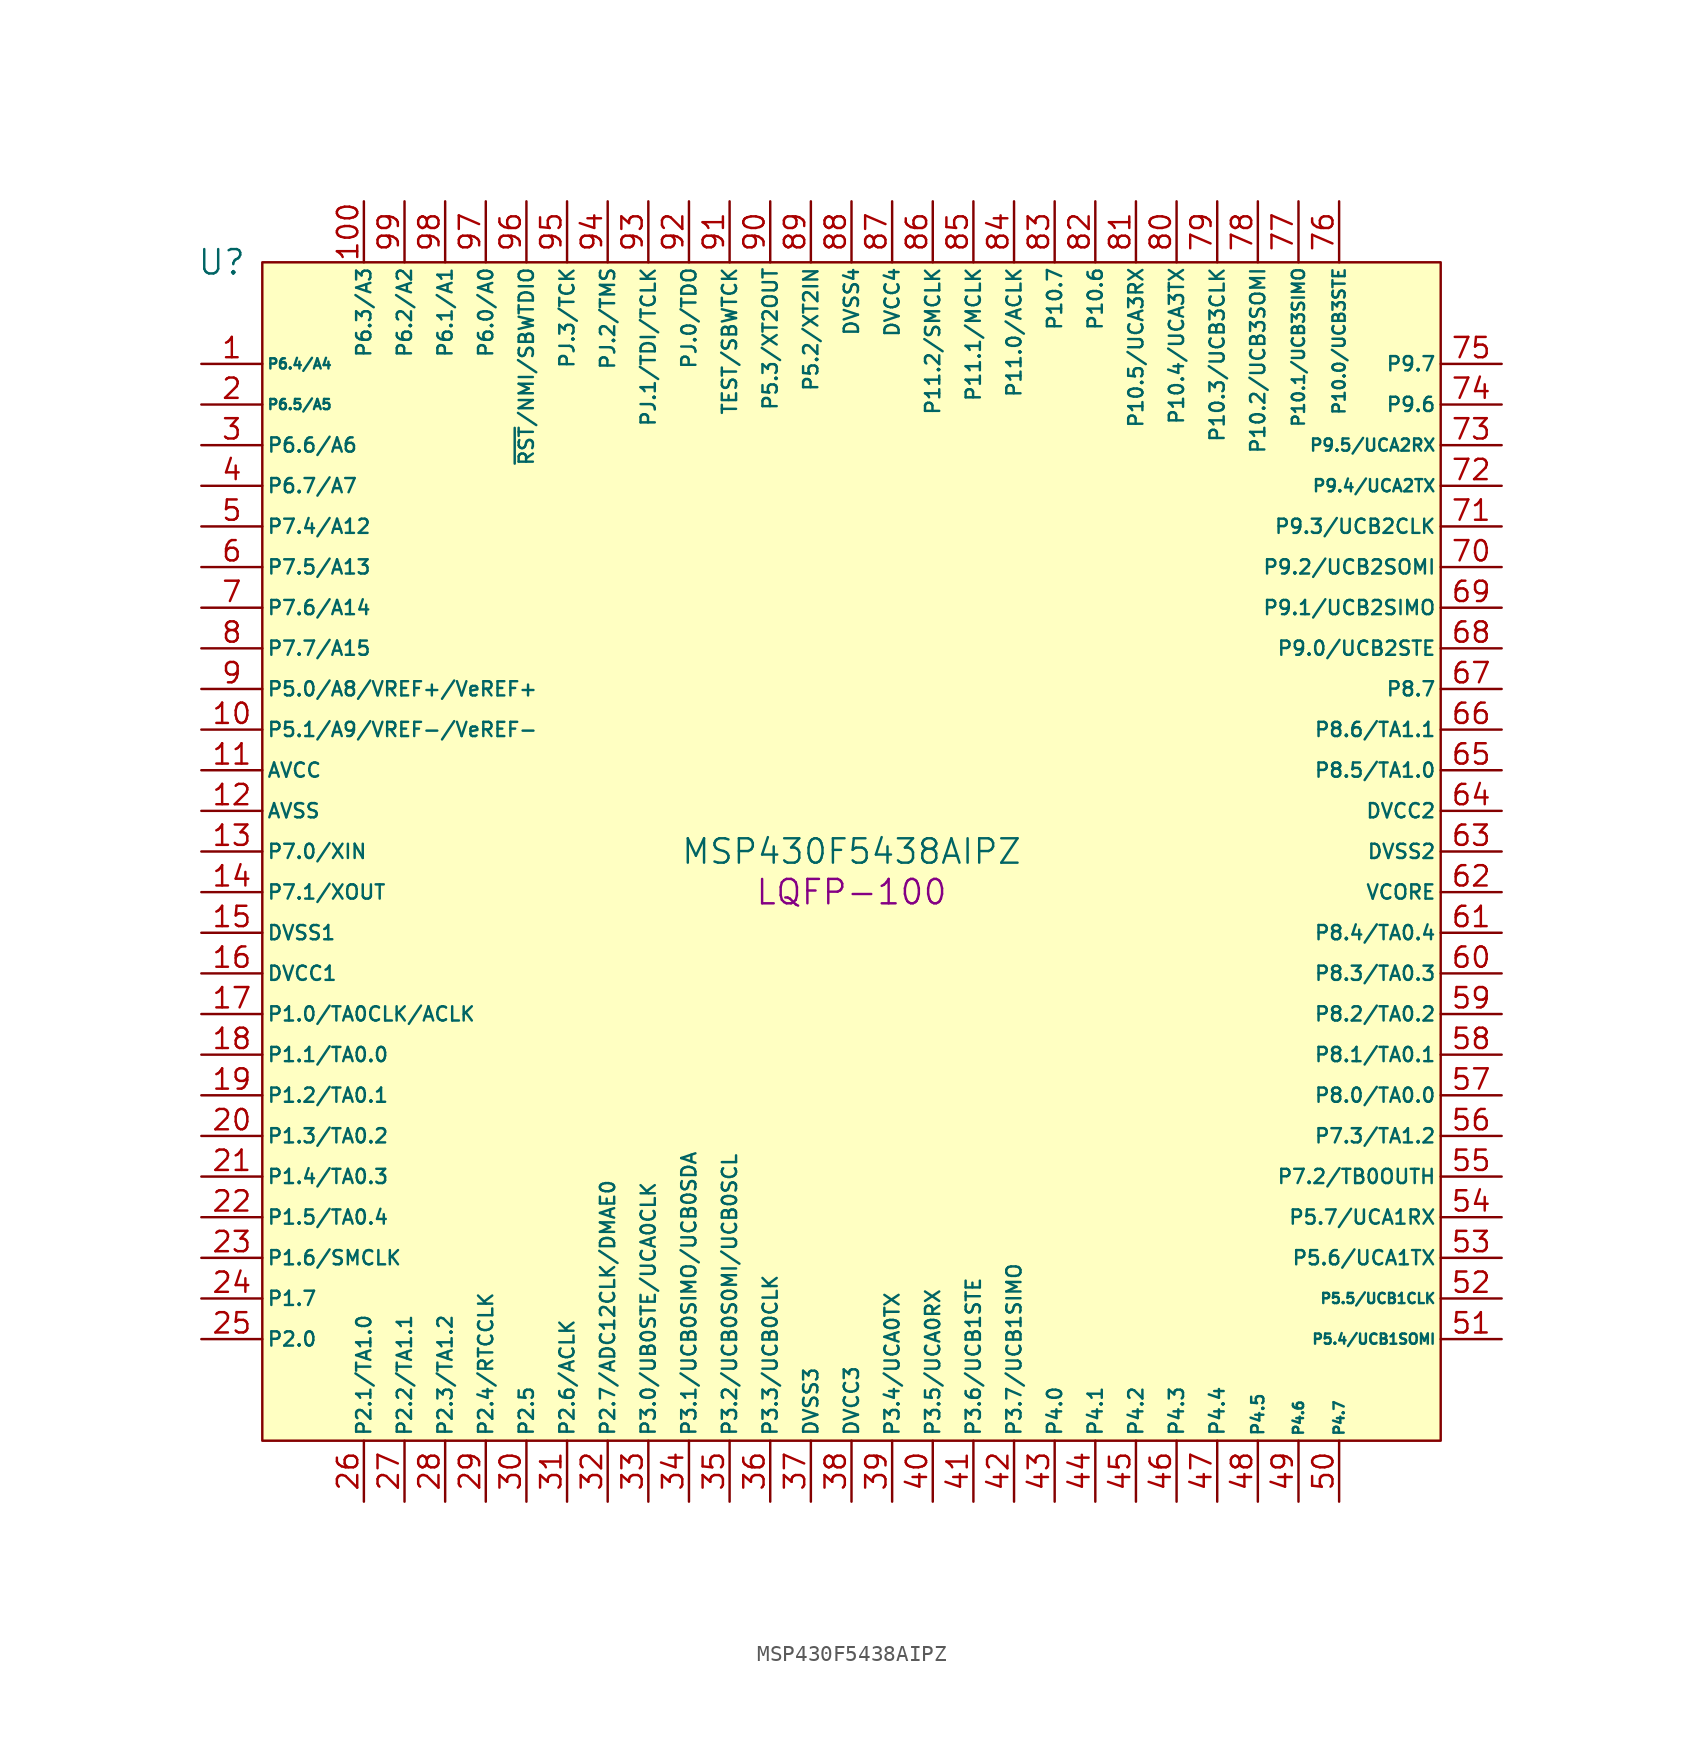
<source format=kicad_sym>
(kicad_symbol_lib
  (version 20220914)
  (generator kicad_symbol_editor)
  (symbol "MSP430F5438AIPZ"
    (pin_names
      (offset 0.254))
    (property "Reference" "U"
      (at -39.37 36.83 0)
      (effects (font (size 1.524 1.524))))
    (property "Value" "MSP430F5438AIPZ"
      (at 0 0 0)
      (effects (font (size 1.524 1.524))))
    (property "Footprint" "LQFP-100"
      (at 0 -2.54 0)
      (effects (font (size 1.524 1.524))))
    (property "Datasheet" ""
      (at 0 0 0)
      (effects (font (size 1.524 1.524))))
    (symbol "MSP430F5438AIPZ_0_1"
      (rectangle (start -36.83 -36.83) (end 36.83 36.83) (stroke (width 0) (type default)) (fill (type background))))
    (symbol "MSP430F5438AIPZ_1_1"
      (pin input line (at -40.64 30.48 0) (length 3.81) (name "P6.4/A4" (effects (font (size 0.635 0.635)))) (number "1" (effects (font (size 1.27 1.27)))))
      (pin input line (at -40.64 7.62 0) (length 3.81) (name "P5.1/A9/VREF-/VeREF-" (effects (font (size 0.889 0.889)))) (number "10" (effects (font (size 1.27 1.27)))))
      (pin input line (at -30.48 40.64 270) (length 3.81) (name "P6.3/A3" (effects (font (size 0.889 0.889)))) (number "100" (effects (font (size 1.27 1.27)))))
      (pin input line (at -40.64 5.08 0) (length 3.81) (name "AVCC" (effects (font (size 0.889 0.889)))) (number "11" (effects (font (size 1.27 1.27)))))
      (pin input line (at -40.64 2.54 0) (length 3.81) (name "AVSS" (effects (font (size 0.889 0.889)))) (number "12" (effects (font (size 1.27 1.27)))))
      (pin input line (at -40.64 0 0) (length 3.81) (name "P7.0/XIN" (effects (font (size 0.889 0.889)))) (number "13" (effects (font (size 1.27 1.27)))))
      (pin input line (at -40.64 -2.54 0) (length 3.81) (name "P7.1/XOUT" (effects (font (size 0.889 0.889)))) (number "14" (effects (font (size 1.27 1.27)))))
      (pin input line (at -40.64 -5.08 0) (length 3.81) (name "DVSS1" (effects (font (size 0.889 0.889)))) (number "15" (effects (font (size 1.27 1.27)))))
      (pin input line (at -40.64 -7.62 0) (length 3.81) (name "DVCC1" (effects (font (size 0.889 0.889)))) (number "16" (effects (font (size 1.27 1.27)))))
      (pin input line (at -40.64 -10.16 0) (length 3.81) (name "P1.0/TA0CLK/ACLK" (effects (font (size 0.889 0.889)))) (number "17" (effects (font (size 1.27 1.27)))))
      (pin input line (at -40.64 -12.7 0) (length 3.81) (name "P1.1/TA0.0" (effects (font (size 0.889 0.889)))) (number "18" (effects (font (size 1.27 1.27)))))
      (pin input line (at -40.64 -15.24 0) (length 3.81) (name "P1.2/TA0.1" (effects (font (size 0.889 0.889)))) (number "19" (effects (font (size 1.27 1.27)))))
      (pin input line (at -40.64 27.94 0) (length 3.81) (name "P6.5/A5" (effects (font (size 0.635 0.635)))) (number "2" (effects (font (size 1.27 1.27)))))
      (pin input line (at -40.64 -17.78 0) (length 3.81) (name "P1.3/TA0.2" (effects (font (size 0.889 0.889)))) (number "20" (effects (font (size 1.27 1.27)))))
      (pin input line (at -40.64 -20.32 0) (length 3.81) (name "P1.4/TA0.3" (effects (font (size 0.889 0.889)))) (number "21" (effects (font (size 1.27 1.27)))))
      (pin input line (at -40.64 -22.86 0) (length 3.81) (name "P1.5/TA0.4" (effects (font (size 0.889 0.889)))) (number "22" (effects (font (size 1.27 1.27)))))
      (pin input line (at -40.64 -25.4 0) (length 3.81) (name "P1.6/SMCLK" (effects (font (size 0.889 0.889)))) (number "23" (effects (font (size 1.27 1.27)))))
      (pin input line (at -40.64 -27.94 0) (length 3.81) (name "P1.7" (effects (font (size 0.889 0.889)))) (number "24" (effects (font (size 1.27 1.27)))))
      (pin input line (at -40.64 -30.48 0) (length 3.81) (name "P2.0" (effects (font (size 0.889 0.889)))) (number "25" (effects (font (size 1.27 1.27)))))
      (pin input line (at -30.48 -40.64 90) (length 3.81) (name "P2.1/TA1.0" (effects (font (size 0.889 0.889)))) (number "26" (effects (font (size 1.27 1.27)))))
      (pin input line (at -27.94 -40.64 90) (length 3.81) (name "P2.2/TA1.1" (effects (font (size 0.889 0.889)))) (number "27" (effects (font (size 1.27 1.27)))))
      (pin input line (at -25.4 -40.64 90) (length 3.81) (name "P2.3/TA1.2" (effects (font (size 0.889 0.889)))) (number "28" (effects (font (size 1.27 1.27)))))
      (pin input line (at -22.86 -40.64 90) (length 3.81) (name "P2.4/RTCCLK" (effects (font (size 0.889 0.889)))) (number "29" (effects (font (size 1.27 1.27)))))
      (pin input line (at -40.64 25.4 0) (length 3.81) (name "P6.6/A6" (effects (font (size 0.889 0.889)))) (number "3" (effects (font (size 1.27 1.27)))))
      (pin input line (at -20.32 -40.64 90) (length 3.81) (name "P2.5" (effects (font (size 0.889 0.889)))) (number "30" (effects (font (size 1.27 1.27)))))
      (pin input line (at -17.78 -40.64 90) (length 3.81) (name "P2.6/ACLK" (effects (font (size 0.889 0.889)))) (number "31" (effects (font (size 1.27 1.27)))))
      (pin input line (at -15.24 -40.64 90) (length 3.81) (name "P2.7/ADC12CLK/DMAE0" (effects (font (size 0.889 0.889)))) (number "32" (effects (font (size 1.27 1.27)))))
      (pin input line (at -12.7 -40.64 90) (length 3.81) (name "P3.0/UB0STE/UCA0CLK" (effects (font (size 0.889 0.889)))) (number "33" (effects (font (size 1.27 1.27)))))
      (pin input line (at -10.16 -40.64 90) (length 3.81) (name "P3.1/UCB0SIMO/UCB0SDA" (effects (font (size 0.889 0.889)))) (number "34" (effects (font (size 1.27 1.27)))))
      (pin input line (at -7.62 -40.64 90) (length 3.81) (name "P3.2/UCB0S0MI/UCB0SCL" (effects (font (size 0.889 0.889)))) (number "35" (effects (font (size 1.27 1.27)))))
      (pin input line (at -5.08 -40.64 90) (length 3.81) (name "P3.3/UCB0CLK" (effects (font (size 0.889 0.889)))) (number "36" (effects (font (size 1.27 1.27)))))
      (pin input line (at -2.54 -40.64 90) (length 3.81) (name "DVSS3" (effects (font (size 0.889 0.889)))) (number "37" (effects (font (size 1.27 1.27)))))
      (pin input line (at 0 -40.64 90) (length 3.81) (name "DVCC3" (effects (font (size 0.889 0.889)))) (number "38" (effects (font (size 1.27 1.27)))))
      (pin input line (at 2.54 -40.64 90) (length 3.81) (name "P3.4/UCA0TX" (effects (font (size 0.889 0.889)))) (number "39" (effects (font (size 1.27 1.27)))))
      (pin input line (at -40.64 22.86 0) (length 3.81) (name "P6.7/A7" (effects (font (size 0.889 0.889)))) (number "4" (effects (font (size 1.27 1.27)))))
      (pin input line (at 5.08 -40.64 90) (length 3.81) (name "P3.5/UCA0RX" (effects (font (size 0.889 0.889)))) (number "40" (effects (font (size 1.27 1.27)))))
      (pin input line (at 7.62 -40.64 90) (length 3.81) (name "P3.6/UCB1STE" (effects (font (size 0.889 0.889)))) (number "41" (effects (font (size 1.27 1.27)))))
      (pin input line (at 10.16 -40.64 90) (length 3.81) (name "P3.7/UCB1SIMO" (effects (font (size 0.889 0.889)))) (number "42" (effects (font (size 1.27 1.27)))))
      (pin input line (at 12.7 -40.64 90) (length 3.81) (name "P4.0" (effects (font (size 0.889 0.889)))) (number "43" (effects (font (size 1.27 1.27)))))
      (pin input line (at 15.24 -40.64 90) (length 3.81) (name "P4.1" (effects (font (size 0.889 0.889)))) (number "44" (effects (font (size 1.27 1.27)))))
      (pin input line (at 17.78 -40.64 90) (length 3.81) (name "P4.2" (effects (font (size 0.889 0.889)))) (number "45" (effects (font (size 1.27 1.27)))))
      (pin input line (at 20.32 -40.64 90) (length 3.81) (name "P4.3" (effects (font (size 0.889 0.889)))) (number "46" (effects (font (size 1.27 1.27)))))
      (pin input line (at 22.86 -40.64 90) (length 3.81) (name "P4.4" (effects (font (size 0.889 0.889)))) (number "47" (effects (font (size 1.27 1.27)))))
      (pin input line (at 25.4 -40.64 90) (length 3.81) (name "P4.5" (effects (font (size 0.762 0.762)))) (number "48" (effects (font (size 1.27 1.27)))))
      (pin input line (at 27.94 -40.64 90) (length 3.81) (name "P4.6" (effects (font (size 0.635 0.635)))) (number "49" (effects (font (size 1.27 1.27)))))
      (pin input line (at -40.64 20.32 0) (length 3.81) (name "P7.4/A12" (effects (font (size 0.889 0.889)))) (number "5" (effects (font (size 1.27 1.27)))))
      (pin input line (at 30.48 -40.64 90) (length 3.81) (name "P4.7" (effects (font (size 0.635 0.635)))) (number "50" (effects (font (size 1.27 1.27)))))
      (pin input line (at 40.64 -30.48 180) (length 3.81) (name "P5.4/UCB1SOMI" (effects (font (size 0.635 0.635)))) (number "51" (effects (font (size 1.27 1.27)))))
      (pin input line (at 40.64 -27.94 180) (length 3.81) (name "P5.5/UCB1CLK" (effects (font (size 0.635 0.635)))) (number "52" (effects (font (size 1.27 1.27)))))
      (pin input line (at 40.64 -25.4 180) (length 3.81) (name "P5.6/UCA1TX" (effects (font (size 0.889 0.889)))) (number "53" (effects (font (size 1.27 1.27)))))
      (pin input line (at 40.64 -22.86 180) (length 3.81) (name "P5.7/UCA1RX" (effects (font (size 0.889 0.889)))) (number "54" (effects (font (size 1.27 1.27)))))
      (pin input line (at 40.64 -20.32 180) (length 3.81) (name "P7.2/TB0OUTH" (effects (font (size 0.889 0.889)))) (number "55" (effects (font (size 1.27 1.27)))))
      (pin input line (at 40.64 -17.78 180) (length 3.81) (name "P7.3/TA1.2" (effects (font (size 0.889 0.889)))) (number "56" (effects (font (size 1.27 1.27)))))
      (pin input line (at 40.64 -15.24 180) (length 3.81) (name "P8.0/TA0.0" (effects (font (size 0.889 0.889)))) (number "57" (effects (font (size 1.27 1.27)))))
      (pin input line (at 40.64 -12.7 180) (length 3.81) (name "P8.1/TA0.1" (effects (font (size 0.889 0.889)))) (number "58" (effects (font (size 1.27 1.27)))))
      (pin input line (at 40.64 -10.16 180) (length 3.81) (name "P8.2/TA0.2" (effects (font (size 0.889 0.889)))) (number "59" (effects (font (size 1.27 1.27)))))
      (pin input line (at -40.64 17.78 0) (length 3.81) (name "P7.5/A13" (effects (font (size 0.889 0.889)))) (number "6" (effects (font (size 1.27 1.27)))))
      (pin input line (at 40.64 -7.62 180) (length 3.81) (name "P8.3/TA0.3" (effects (font (size 0.889 0.889)))) (number "60" (effects (font (size 1.27 1.27)))))
      (pin input line (at 40.64 -5.08 180) (length 3.81) (name "P8.4/TA0.4" (effects (font (size 0.889 0.889)))) (number "61" (effects (font (size 1.27 1.27)))))
      (pin input line (at 40.64 -2.54 180) (length 3.81) (name "VCORE" (effects (font (size 0.889 0.889)))) (number "62" (effects (font (size 1.27 1.27)))))
      (pin input line (at 40.64 0 180) (length 3.81) (name "DVSS2" (effects (font (size 0.889 0.889)))) (number "63" (effects (font (size 1.27 1.27)))))
      (pin input line (at 40.64 2.54 180) (length 3.81) (name "DVCC2" (effects (font (size 0.889 0.889)))) (number "64" (effects (font (size 1.27 1.27)))))
      (pin input line (at 40.64 5.08 180) (length 3.81) (name "P8.5/TA1.0" (effects (font (size 0.889 0.889)))) (number "65" (effects (font (size 1.27 1.27)))))
      (pin input line (at 40.64 7.62 180) (length 3.81) (name "P8.6/TA1.1" (effects (font (size 0.889 0.889)))) (number "66" (effects (font (size 1.27 1.27)))))
      (pin input line (at 40.64 10.16 180) (length 3.81) (name "P8.7" (effects (font (size 0.889 0.889)))) (number "67" (effects (font (size 1.27 1.27)))))
      (pin input line (at 40.64 12.7 180) (length 3.81) (name "P9.0/UCB2STE" (effects (font (size 0.889 0.889)))) (number "68" (effects (font (size 1.27 1.27)))))
      (pin input line (at 40.64 15.24 180) (length 3.81) (name "P9.1/UCB2SIMO" (effects (font (size 0.889 0.889)))) (number "69" (effects (font (size 1.27 1.27)))))
      (pin input line (at -40.64 15.24 0) (length 3.81) (name "P7.6/A14" (effects (font (size 0.889 0.889)))) (number "7" (effects (font (size 1.27 1.27)))))
      (pin input line (at 40.64 17.78 180) (length 3.81) (name "P9.2/UCB2SOMI" (effects (font (size 0.889 0.889)))) (number "70" (effects (font (size 1.27 1.27)))))
      (pin input line (at 40.64 20.32 180) (length 3.81) (name "P9.3/UCB2CLK" (effects (font (size 0.889 0.889)))) (number "71" (effects (font (size 1.27 1.27)))))
      (pin input line (at 40.64 22.86 180) (length 3.81) (name "P9.4/UCA2TX" (effects (font (size 0.762 0.762)))) (number "72" (effects (font (size 1.27 1.27)))))
      (pin input line (at 40.64 25.4 180) (length 3.81) (name "P9.5/UCA2RX" (effects (font (size 0.762 0.762)))) (number "73" (effects (font (size 1.27 1.27)))))
      (pin input line (at 40.64 27.94 180) (length 3.81) (name "P9.6" (effects (font (size 0.889 0.889)))) (number "74" (effects (font (size 1.27 1.27)))))
      (pin input line (at 40.64 30.48 180) (length 3.81) (name "P9.7" (effects (font (size 0.889 0.889)))) (number "75" (effects (font (size 1.27 1.27)))))
      (pin input line (at 30.48 40.64 270) (length 3.81) (name "P10.0/UCB3STE" (effects (font (size 0.762 0.762)))) (number "76" (effects (font (size 1.27 1.27)))))
      (pin input line (at 27.94 40.64 270) (length 3.81) (name "P10.1/UCB3SIMO" (effects (font (size 0.762 0.762)))) (number "77" (effects (font (size 1.27 1.27)))))
      (pin input line (at 25.4 40.64 270) (length 3.81) (name "P10.2/UCB3SOMI" (effects (font (size 0.889 0.889)))) (number "78" (effects (font (size 1.27 1.27)))))
      (pin input line (at 22.86 40.64 270) (length 3.81) (name "P10.3/UCB3CLK" (effects (font (size 0.889 0.889)))) (number "79" (effects (font (size 1.27 1.27)))))
      (pin input line (at -40.64 12.7 0) (length 3.81) (name "P7.7/A15" (effects (font (size 0.889 0.889)))) (number "8" (effects (font (size 1.27 1.27)))))
      (pin input line (at 20.32 40.64 270) (length 3.81) (name "P10.4/UCA3TX" (effects (font (size 0.889 0.889)))) (number "80" (effects (font (size 1.27 1.27)))))
      (pin input line (at 17.78 40.64 270) (length 3.81) (name "P10.5/UCA3RX" (effects (font (size 0.889 0.889)))) (number "81" (effects (font (size 1.27 1.27)))))
      (pin input line (at 15.24 40.64 270) (length 3.81) (name "P10.6" (effects (font (size 0.889 0.889)))) (number "82" (effects (font (size 1.27 1.27)))))
      (pin input line (at 12.7 40.64 270) (length 3.81) (name "P10.7" (effects (font (size 0.889 0.889)))) (number "83" (effects (font (size 1.27 1.27)))))
      (pin input line (at 10.16 40.64 270) (length 3.81) (name "P11.0/ACLK" (effects (font (size 0.889 0.889)))) (number "84" (effects (font (size 1.27 1.27)))))
      (pin input line (at 7.62 40.64 270) (length 3.81) (name "P11.1/MCLK" (effects (font (size 0.889 0.889)))) (number "85" (effects (font (size 1.27 1.27)))))
      (pin input line (at 5.08 40.64 270) (length 3.81) (name "P11.2/SMCLK" (effects (font (size 0.889 0.889)))) (number "86" (effects (font (size 1.27 1.27)))))
      (pin input line (at 2.54 40.64 270) (length 3.81) (name "DVCC4" (effects (font (size 0.889 0.889)))) (number "87" (effects (font (size 1.27 1.27)))))
      (pin input line (at 0 40.64 270) (length 3.81) (name "DVSS4" (effects (font (size 0.889 0.889)))) (number "88" (effects (font (size 1.27 1.27)))))
      (pin input line (at -2.54 40.64 270) (length 3.81) (name "P5.2/XT2IN" (effects (font (size 0.889 0.889)))) (number "89" (effects (font (size 1.27 1.27)))))
      (pin input line (at -40.64 10.16 0) (length 3.81) (name "P5.0/A8/VREF+/VeREF+" (effects (font (size 0.889 0.889)))) (number "9" (effects (font (size 1.27 1.27)))))
      (pin input line (at -5.08 40.64 270) (length 3.81) (name "P5.3/XT2OUT" (effects (font (size 0.889 0.889)))) (number "90" (effects (font (size 1.27 1.27)))))
      (pin input line (at -7.62 40.64 270) (length 3.81) (name "TEST/SBWTCK" (effects (font (size 0.889 0.889)))) (number "91" (effects (font (size 1.27 1.27)))))
      (pin input line (at -10.16 40.64 270) (length 3.81) (name "PJ.0/TDO" (effects (font (size 0.889 0.889)))) (number "92" (effects (font (size 1.27 1.27)))))
      (pin input line (at -12.7 40.64 270) (length 3.81) (name "PJ.1/TDI/TCLK" (effects (font (size 0.889 0.889)))) (number "93" (effects (font (size 1.27 1.27)))))
      (pin input line (at -15.24 40.64 270) (length 3.81) (name "PJ.2/TMS" (effects (font (size 0.889 0.889)))) (number "94" (effects (font (size 1.27 1.27)))))
      (pin input line (at -17.78 40.64 270) (length 3.81) (name "PJ.3/TCK" (effects (font (size 0.889 0.889)))) (number "95" (effects (font (size 1.27 1.27)))))
      (pin input line (at -20.32 40.64 270) (length 3.81) (name "~{RST}/NMI/SBWTDIO" (effects (font (size 0.889 0.889)))) (number "96" (effects (font (size 1.27 1.27)))))
      (pin input line (at -22.86 40.64 270) (length 3.81) (name "P6.0/A0" (effects (font (size 0.889 0.889)))) (number "97" (effects (font (size 1.27 1.27)))))
      (pin input line (at -25.4 40.64 270) (length 3.81) (name "P6.1/A1" (effects (font (size 0.889 0.889)))) (number "98" (effects (font (size 1.27 1.27)))))
      (pin input line (at -27.94 40.64 270) (length 3.81) (name "P6.2/A2" (effects (font (size 0.889 0.889)))) (number "99" (effects (font (size 1.27 1.27))))))))
</source>
